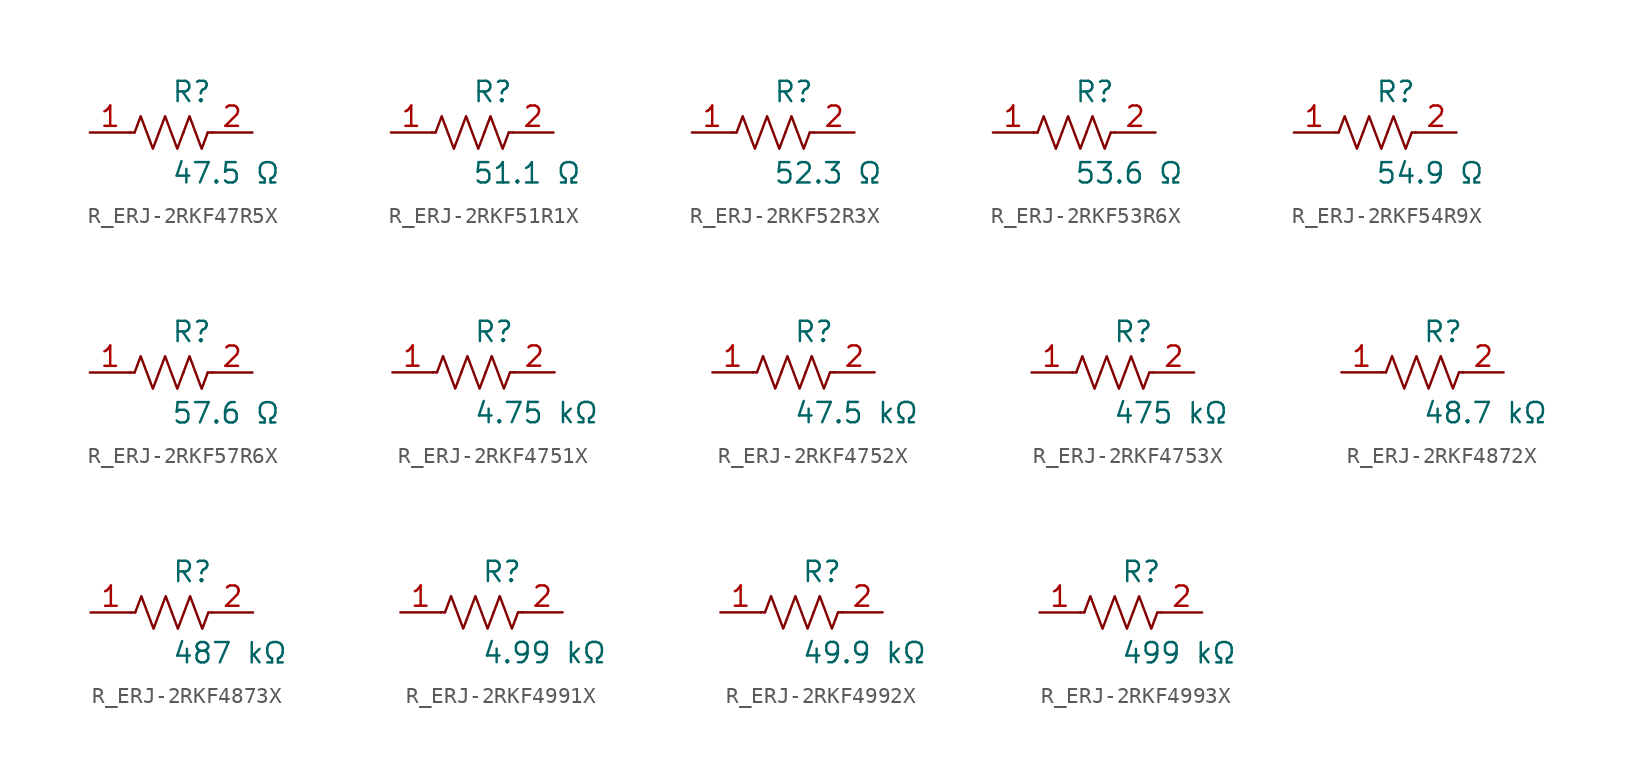
<source format=kicad_sym>
(kicad_symbol_lib
  (version 20231120)
  (generator kicad_symbol_editor)
  (generator_version 8.0)
  (symbol "R_ERJ-2RKF47R5X"
    (pin_names
      (offset 0.254))
    (property "Reference" "R"
      (at 0.0 2.54 0)
      (effects (font (size 1.27 1.27)) (justify left)))
    (property "Value" "47.5 Ω"
      (at 0.0 -2.54 0)
      (effects (font (size 1.27 1.27)) (justify left)))
    (symbol "R_ERJ-2RKF47R5X_0_1"
      (polyline (pts (xy 2.286 0) (xy 2.54 0)) (stroke (width 0) (type default)) (fill (type none)))
      (polyline (pts (xy -2.286 0) (xy -2.54 0)) (stroke (width 0) (type default)) (fill (type none)))
      (polyline (pts (xy 0.762 0) (xy 1.143 1.016) (xy 1.524 0) (xy 1.905 -1.016) (xy 2.286 0)) (stroke (width 0) (type default)) (fill (type none)))
      (polyline (pts (xy -0.762 0) (xy -0.381 1.016) (xy 0 0) (xy 0.381 -1.016) (xy 0.762 0)) (stroke (width 0) (type default)) (fill (type none)))
      (polyline (pts (xy -2.286 0) (xy -1.905 1.016) (xy -1.524 0) (xy -1.143 -1.016) (xy -0.762 0)) (stroke (width 0) (type default)) (fill (type none))))
    (pin unspecified line
      (at -5.08 0 0)
      (length 2.54)
      (name "" (effects (font (size 1.27 1.27))))
      (number "1" (effects (font (size 1.27 1.27)))))
    (pin unspecified line
      (at 5.08 0 180)
      (length 2.54)
      (name "" (effects (font (size 1.27 1.27))))
      (number "2" (effects (font (size 1.27 1.27))))))
  (symbol "R_ERJ-2RKF51R1X"
    (pin_names
      (offset 0.254))
    (property "Reference" "R"
      (at 0.0 2.54 0)
      (effects (font (size 1.27 1.27)) (justify left)))
    (property "Value" "51.1 Ω"
      (at 0.0 -2.54 0)
      (effects (font (size 1.27 1.27)) (justify left)))
    (symbol "R_ERJ-2RKF51R1X_0_1"
      (polyline (pts (xy 2.286 0) (xy 2.54 0)) (stroke (width 0) (type default)) (fill (type none)))
      (polyline (pts (xy -2.286 0) (xy -2.54 0)) (stroke (width 0) (type default)) (fill (type none)))
      (polyline (pts (xy 0.762 0) (xy 1.143 1.016) (xy 1.524 0) (xy 1.905 -1.016) (xy 2.286 0)) (stroke (width 0) (type default)) (fill (type none)))
      (polyline (pts (xy -0.762 0) (xy -0.381 1.016) (xy 0 0) (xy 0.381 -1.016) (xy 0.762 0)) (stroke (width 0) (type default)) (fill (type none)))
      (polyline (pts (xy -2.286 0) (xy -1.905 1.016) (xy -1.524 0) (xy -1.143 -1.016) (xy -0.762 0)) (stroke (width 0) (type default)) (fill (type none))))
    (pin unspecified line
      (at -5.08 0 0)
      (length 2.54)
      (name "" (effects (font (size 1.27 1.27))))
      (number "1" (effects (font (size 1.27 1.27)))))
    (pin unspecified line
      (at 5.08 0 180)
      (length 2.54)
      (name "" (effects (font (size 1.27 1.27))))
      (number "2" (effects (font (size 1.27 1.27))))))
  (symbol "R_ERJ-2RKF52R3X"
    (pin_names
      (offset 0.254))
    (property "Reference" "R"
      (at 0.0 2.54 0)
      (effects (font (size 1.27 1.27)) (justify left)))
    (property "Value" "52.3 Ω"
      (at 0.0 -2.54 0)
      (effects (font (size 1.27 1.27)) (justify left)))
    (symbol "R_ERJ-2RKF52R3X_0_1"
      (polyline (pts (xy 2.286 0) (xy 2.54 0)) (stroke (width 0) (type default)) (fill (type none)))
      (polyline (pts (xy -2.286 0) (xy -2.54 0)) (stroke (width 0) (type default)) (fill (type none)))
      (polyline (pts (xy 0.762 0) (xy 1.143 1.016) (xy 1.524 0) (xy 1.905 -1.016) (xy 2.286 0)) (stroke (width 0) (type default)) (fill (type none)))
      (polyline (pts (xy -0.762 0) (xy -0.381 1.016) (xy 0 0) (xy 0.381 -1.016) (xy 0.762 0)) (stroke (width 0) (type default)) (fill (type none)))
      (polyline (pts (xy -2.286 0) (xy -1.905 1.016) (xy -1.524 0) (xy -1.143 -1.016) (xy -0.762 0)) (stroke (width 0) (type default)) (fill (type none))))
    (pin unspecified line
      (at -5.08 0 0)
      (length 2.54)
      (name "" (effects (font (size 1.27 1.27))))
      (number "1" (effects (font (size 1.27 1.27)))))
    (pin unspecified line
      (at 5.08 0 180)
      (length 2.54)
      (name "" (effects (font (size 1.27 1.27))))
      (number "2" (effects (font (size 1.27 1.27))))))
  (symbol "R_ERJ-2RKF53R6X"
    (pin_names
      (offset 0.254))
    (property "Reference" "R"
      (at 0.0 2.54 0)
      (effects (font (size 1.27 1.27)) (justify left)))
    (property "Value" "53.6 Ω"
      (at 0.0 -2.54 0)
      (effects (font (size 1.27 1.27)) (justify left)))
    (symbol "R_ERJ-2RKF53R6X_0_1"
      (polyline (pts (xy 2.286 0) (xy 2.54 0)) (stroke (width 0) (type default)) (fill (type none)))
      (polyline (pts (xy -2.286 0) (xy -2.54 0)) (stroke (width 0) (type default)) (fill (type none)))
      (polyline (pts (xy 0.762 0) (xy 1.143 1.016) (xy 1.524 0) (xy 1.905 -1.016) (xy 2.286 0)) (stroke (width 0) (type default)) (fill (type none)))
      (polyline (pts (xy -0.762 0) (xy -0.381 1.016) (xy 0 0) (xy 0.381 -1.016) (xy 0.762 0)) (stroke (width 0) (type default)) (fill (type none)))
      (polyline (pts (xy -2.286 0) (xy -1.905 1.016) (xy -1.524 0) (xy -1.143 -1.016) (xy -0.762 0)) (stroke (width 0) (type default)) (fill (type none))))
    (pin unspecified line
      (at -5.08 0 0)
      (length 2.54)
      (name "" (effects (font (size 1.27 1.27))))
      (number "1" (effects (font (size 1.27 1.27)))))
    (pin unspecified line
      (at 5.08 0 180)
      (length 2.54)
      (name "" (effects (font (size 1.27 1.27))))
      (number "2" (effects (font (size 1.27 1.27))))))
  (symbol "R_ERJ-2RKF54R9X"
    (pin_names
      (offset 0.254))
    (property "Reference" "R"
      (at 0.0 2.54 0)
      (effects (font (size 1.27 1.27)) (justify left)))
    (property "Value" "54.9 Ω"
      (at 0.0 -2.54 0)
      (effects (font (size 1.27 1.27)) (justify left)))
    (symbol "R_ERJ-2RKF54R9X_0_1"
      (polyline (pts (xy 2.286 0) (xy 2.54 0)) (stroke (width 0) (type default)) (fill (type none)))
      (polyline (pts (xy -2.286 0) (xy -2.54 0)) (stroke (width 0) (type default)) (fill (type none)))
      (polyline (pts (xy 0.762 0) (xy 1.143 1.016) (xy 1.524 0) (xy 1.905 -1.016) (xy 2.286 0)) (stroke (width 0) (type default)) (fill (type none)))
      (polyline (pts (xy -0.762 0) (xy -0.381 1.016) (xy 0 0) (xy 0.381 -1.016) (xy 0.762 0)) (stroke (width 0) (type default)) (fill (type none)))
      (polyline (pts (xy -2.286 0) (xy -1.905 1.016) (xy -1.524 0) (xy -1.143 -1.016) (xy -0.762 0)) (stroke (width 0) (type default)) (fill (type none))))
    (pin unspecified line
      (at -5.08 0 0)
      (length 2.54)
      (name "" (effects (font (size 1.27 1.27))))
      (number "1" (effects (font (size 1.27 1.27)))))
    (pin unspecified line
      (at 5.08 0 180)
      (length 2.54)
      (name "" (effects (font (size 1.27 1.27))))
      (number "2" (effects (font (size 1.27 1.27))))))
  (symbol "R_ERJ-2RKF57R6X"
    (pin_names
      (offset 0.254))
    (property "Reference" "R"
      (at 0.0 2.54 0)
      (effects (font (size 1.27 1.27)) (justify left)))
    (property "Value" "57.6 Ω"
      (at 0.0 -2.54 0)
      (effects (font (size 1.27 1.27)) (justify left)))
    (symbol "R_ERJ-2RKF57R6X_0_1"
      (polyline (pts (xy 2.286 0) (xy 2.54 0)) (stroke (width 0) (type default)) (fill (type none)))
      (polyline (pts (xy -2.286 0) (xy -2.54 0)) (stroke (width 0) (type default)) (fill (type none)))
      (polyline (pts (xy 0.762 0) (xy 1.143 1.016) (xy 1.524 0) (xy 1.905 -1.016) (xy 2.286 0)) (stroke (width 0) (type default)) (fill (type none)))
      (polyline (pts (xy -0.762 0) (xy -0.381 1.016) (xy 0 0) (xy 0.381 -1.016) (xy 0.762 0)) (stroke (width 0) (type default)) (fill (type none)))
      (polyline (pts (xy -2.286 0) (xy -1.905 1.016) (xy -1.524 0) (xy -1.143 -1.016) (xy -0.762 0)) (stroke (width 0) (type default)) (fill (type none))))
    (pin unspecified line
      (at -5.08 0 0)
      (length 2.54)
      (name "" (effects (font (size 1.27 1.27))))
      (number "1" (effects (font (size 1.27 1.27)))))
    (pin unspecified line
      (at 5.08 0 180)
      (length 2.54)
      (name "" (effects (font (size 1.27 1.27))))
      (number "2" (effects (font (size 1.27 1.27))))))
  (symbol "R_ERJ-2RKF4751X"
    (pin_names
      (offset 0.254))
    (property "Reference" "R"
      (at 0.0 2.54 0)
      (effects (font (size 1.27 1.27)) (justify left)))
    (property "Value" "4.75 kΩ"
      (at 0.0 -2.54 0)
      (effects (font (size 1.27 1.27)) (justify left)))
    (symbol "R_ERJ-2RKF4751X_0_1"
      (polyline (pts (xy 2.286 0) (xy 2.54 0)) (stroke (width 0) (type default)) (fill (type none)))
      (polyline (pts (xy -2.286 0) (xy -2.54 0)) (stroke (width 0) (type default)) (fill (type none)))
      (polyline (pts (xy 0.762 0) (xy 1.143 1.016) (xy 1.524 0) (xy 1.905 -1.016) (xy 2.286 0)) (stroke (width 0) (type default)) (fill (type none)))
      (polyline (pts (xy -0.762 0) (xy -0.381 1.016) (xy 0 0) (xy 0.381 -1.016) (xy 0.762 0)) (stroke (width 0) (type default)) (fill (type none)))
      (polyline (pts (xy -2.286 0) (xy -1.905 1.016) (xy -1.524 0) (xy -1.143 -1.016) (xy -0.762 0)) (stroke (width 0) (type default)) (fill (type none))))
    (pin unspecified line
      (at -5.08 0 0)
      (length 2.54)
      (name "" (effects (font (size 1.27 1.27))))
      (number "1" (effects (font (size 1.27 1.27)))))
    (pin unspecified line
      (at 5.08 0 180)
      (length 2.54)
      (name "" (effects (font (size 1.27 1.27))))
      (number "2" (effects (font (size 1.27 1.27))))))
  (symbol "R_ERJ-2RKF4752X"
    (pin_names
      (offset 0.254))
    (property "Reference" "R"
      (at 0.0 2.54 0)
      (effects (font (size 1.27 1.27)) (justify left)))
    (property "Value" "47.5 kΩ"
      (at 0.0 -2.54 0)
      (effects (font (size 1.27 1.27)) (justify left)))
    (symbol "R_ERJ-2RKF4752X_0_1"
      (polyline (pts (xy 2.286 0) (xy 2.54 0)) (stroke (width 0) (type default)) (fill (type none)))
      (polyline (pts (xy -2.286 0) (xy -2.54 0)) (stroke (width 0) (type default)) (fill (type none)))
      (polyline (pts (xy 0.762 0) (xy 1.143 1.016) (xy 1.524 0) (xy 1.905 -1.016) (xy 2.286 0)) (stroke (width 0) (type default)) (fill (type none)))
      (polyline (pts (xy -0.762 0) (xy -0.381 1.016) (xy 0 0) (xy 0.381 -1.016) (xy 0.762 0)) (stroke (width 0) (type default)) (fill (type none)))
      (polyline (pts (xy -2.286 0) (xy -1.905 1.016) (xy -1.524 0) (xy -1.143 -1.016) (xy -0.762 0)) (stroke (width 0) (type default)) (fill (type none))))
    (pin unspecified line
      (at -5.08 0 0)
      (length 2.54)
      (name "" (effects (font (size 1.27 1.27))))
      (number "1" (effects (font (size 1.27 1.27)))))
    (pin unspecified line
      (at 5.08 0 180)
      (length 2.54)
      (name "" (effects (font (size 1.27 1.27))))
      (number "2" (effects (font (size 1.27 1.27))))))
  (symbol "R_ERJ-2RKF4753X"
    (pin_names
      (offset 0.254))
    (property "Reference" "R"
      (at 0.0 2.54 0)
      (effects (font (size 1.27 1.27)) (justify left)))
    (property "Value" "475 kΩ"
      (at 0.0 -2.54 0)
      (effects (font (size 1.27 1.27)) (justify left)))
    (symbol "R_ERJ-2RKF4753X_0_1"
      (polyline (pts (xy 2.286 0) (xy 2.54 0)) (stroke (width 0) (type default)) (fill (type none)))
      (polyline (pts (xy -2.286 0) (xy -2.54 0)) (stroke (width 0) (type default)) (fill (type none)))
      (polyline (pts (xy 0.762 0) (xy 1.143 1.016) (xy 1.524 0) (xy 1.905 -1.016) (xy 2.286 0)) (stroke (width 0) (type default)) (fill (type none)))
      (polyline (pts (xy -0.762 0) (xy -0.381 1.016) (xy 0 0) (xy 0.381 -1.016) (xy 0.762 0)) (stroke (width 0) (type default)) (fill (type none)))
      (polyline (pts (xy -2.286 0) (xy -1.905 1.016) (xy -1.524 0) (xy -1.143 -1.016) (xy -0.762 0)) (stroke (width 0) (type default)) (fill (type none))))
    (pin unspecified line
      (at -5.08 0 0)
      (length 2.54)
      (name "" (effects (font (size 1.27 1.27))))
      (number "1" (effects (font (size 1.27 1.27)))))
    (pin unspecified line
      (at 5.08 0 180)
      (length 2.54)
      (name "" (effects (font (size 1.27 1.27))))
      (number "2" (effects (font (size 1.27 1.27))))))
  (symbol "R_ERJ-2RKF4872X"
    (pin_names
      (offset 0.254))
    (property "Reference" "R"
      (at 0.0 2.54 0)
      (effects (font (size 1.27 1.27)) (justify left)))
    (property "Value" "48.7 kΩ"
      (at 0.0 -2.54 0)
      (effects (font (size 1.27 1.27)) (justify left)))
    (symbol "R_ERJ-2RKF4872X_0_1"
      (polyline (pts (xy 2.286 0) (xy 2.54 0)) (stroke (width 0) (type default)) (fill (type none)))
      (polyline (pts (xy -2.286 0) (xy -2.54 0)) (stroke (width 0) (type default)) (fill (type none)))
      (polyline (pts (xy 0.762 0) (xy 1.143 1.016) (xy 1.524 0) (xy 1.905 -1.016) (xy 2.286 0)) (stroke (width 0) (type default)) (fill (type none)))
      (polyline (pts (xy -0.762 0) (xy -0.381 1.016) (xy 0 0) (xy 0.381 -1.016) (xy 0.762 0)) (stroke (width 0) (type default)) (fill (type none)))
      (polyline (pts (xy -2.286 0) (xy -1.905 1.016) (xy -1.524 0) (xy -1.143 -1.016) (xy -0.762 0)) (stroke (width 0) (type default)) (fill (type none))))
    (pin unspecified line
      (at -5.08 0 0)
      (length 2.54)
      (name "" (effects (font (size 1.27 1.27))))
      (number "1" (effects (font (size 1.27 1.27)))))
    (pin unspecified line
      (at 5.08 0 180)
      (length 2.54)
      (name "" (effects (font (size 1.27 1.27))))
      (number "2" (effects (font (size 1.27 1.27))))))
  (symbol "R_ERJ-2RKF4873X"
    (pin_names
      (offset 0.254))
    (property "Reference" "R"
      (at 0.0 2.54 0)
      (effects (font (size 1.27 1.27)) (justify left)))
    (property "Value" "487 kΩ"
      (at 0.0 -2.54 0)
      (effects (font (size 1.27 1.27)) (justify left)))
    (symbol "R_ERJ-2RKF4873X_0_1"
      (polyline (pts (xy 2.286 0) (xy 2.54 0)) (stroke (width 0) (type default)) (fill (type none)))
      (polyline (pts (xy -2.286 0) (xy -2.54 0)) (stroke (width 0) (type default)) (fill (type none)))
      (polyline (pts (xy 0.762 0) (xy 1.143 1.016) (xy 1.524 0) (xy 1.905 -1.016) (xy 2.286 0)) (stroke (width 0) (type default)) (fill (type none)))
      (polyline (pts (xy -0.762 0) (xy -0.381 1.016) (xy 0 0) (xy 0.381 -1.016) (xy 0.762 0)) (stroke (width 0) (type default)) (fill (type none)))
      (polyline (pts (xy -2.286 0) (xy -1.905 1.016) (xy -1.524 0) (xy -1.143 -1.016) (xy -0.762 0)) (stroke (width 0) (type default)) (fill (type none))))
    (pin unspecified line
      (at -5.08 0 0)
      (length 2.54)
      (name "" (effects (font (size 1.27 1.27))))
      (number "1" (effects (font (size 1.27 1.27)))))
    (pin unspecified line
      (at 5.08 0 180)
      (length 2.54)
      (name "" (effects (font (size 1.27 1.27))))
      (number "2" (effects (font (size 1.27 1.27))))))
  (symbol "R_ERJ-2RKF4991X"
    (pin_names
      (offset 0.254))
    (property "Reference" "R"
      (at 0.0 2.54 0)
      (effects (font (size 1.27 1.27)) (justify left)))
    (property "Value" "4.99 kΩ"
      (at 0.0 -2.54 0)
      (effects (font (size 1.27 1.27)) (justify left)))
    (symbol "R_ERJ-2RKF4991X_0_1"
      (polyline (pts (xy 2.286 0) (xy 2.54 0)) (stroke (width 0) (type default)) (fill (type none)))
      (polyline (pts (xy -2.286 0) (xy -2.54 0)) (stroke (width 0) (type default)) (fill (type none)))
      (polyline (pts (xy 0.762 0) (xy 1.143 1.016) (xy 1.524 0) (xy 1.905 -1.016) (xy 2.286 0)) (stroke (width 0) (type default)) (fill (type none)))
      (polyline (pts (xy -0.762 0) (xy -0.381 1.016) (xy 0 0) (xy 0.381 -1.016) (xy 0.762 0)) (stroke (width 0) (type default)) (fill (type none)))
      (polyline (pts (xy -2.286 0) (xy -1.905 1.016) (xy -1.524 0) (xy -1.143 -1.016) (xy -0.762 0)) (stroke (width 0) (type default)) (fill (type none))))
    (pin unspecified line
      (at -5.08 0 0)
      (length 2.54)
      (name "" (effects (font (size 1.27 1.27))))
      (number "1" (effects (font (size 1.27 1.27)))))
    (pin unspecified line
      (at 5.08 0 180)
      (length 2.54)
      (name "" (effects (font (size 1.27 1.27))))
      (number "2" (effects (font (size 1.27 1.27))))))
  (symbol "R_ERJ-2RKF4992X"
    (pin_names
      (offset 0.254))
    (property "Reference" "R"
      (at 0.0 2.54 0)
      (effects (font (size 1.27 1.27)) (justify left)))
    (property "Value" "49.9 kΩ"
      (at 0.0 -2.54 0)
      (effects (font (size 1.27 1.27)) (justify left)))
    (symbol "R_ERJ-2RKF4992X_0_1"
      (polyline (pts (xy 2.286 0) (xy 2.54 0)) (stroke (width 0) (type default)) (fill (type none)))
      (polyline (pts (xy -2.286 0) (xy -2.54 0)) (stroke (width 0) (type default)) (fill (type none)))
      (polyline (pts (xy 0.762 0) (xy 1.143 1.016) (xy 1.524 0) (xy 1.905 -1.016) (xy 2.286 0)) (stroke (width 0) (type default)) (fill (type none)))
      (polyline (pts (xy -0.762 0) (xy -0.381 1.016) (xy 0 0) (xy 0.381 -1.016) (xy 0.762 0)) (stroke (width 0) (type default)) (fill (type none)))
      (polyline (pts (xy -2.286 0) (xy -1.905 1.016) (xy -1.524 0) (xy -1.143 -1.016) (xy -0.762 0)) (stroke (width 0) (type default)) (fill (type none))))
    (pin unspecified line
      (at -5.08 0 0)
      (length 2.54)
      (name "" (effects (font (size 1.27 1.27))))
      (number "1" (effects (font (size 1.27 1.27)))))
    (pin unspecified line
      (at 5.08 0 180)
      (length 2.54)
      (name "" (effects (font (size 1.27 1.27))))
      (number "2" (effects (font (size 1.27 1.27))))))
  (symbol "R_ERJ-2RKF4993X"
    (pin_names
      (offset 0.254))
    (property "Reference" "R"
      (at 0.0 2.54 0)
      (effects (font (size 1.27 1.27)) (justify left)))
    (property "Value" "499 kΩ"
      (at 0.0 -2.54 0)
      (effects (font (size 1.27 1.27)) (justify left)))
    (symbol "R_ERJ-2RKF4993X_0_1"
      (polyline (pts (xy 2.286 0) (xy 2.54 0)) (stroke (width 0) (type default)) (fill (type none)))
      (polyline (pts (xy -2.286 0) (xy -2.54 0)) (stroke (width 0) (type default)) (fill (type none)))
      (polyline (pts (xy 0.762 0) (xy 1.143 1.016) (xy 1.524 0) (xy 1.905 -1.016) (xy 2.286 0)) (stroke (width 0) (type default)) (fill (type none)))
      (polyline (pts (xy -0.762 0) (xy -0.381 1.016) (xy 0 0) (xy 0.381 -1.016) (xy 0.762 0)) (stroke (width 0) (type default)) (fill (type none)))
      (polyline (pts (xy -2.286 0) (xy -1.905 1.016) (xy -1.524 0) (xy -1.143 -1.016) (xy -0.762 0)) (stroke (width 0) (type default)) (fill (type none))))
    (pin unspecified line
      (at -5.08 0 0)
      (length 2.54)
      (name "" (effects (font (size 1.27 1.27))))
      (number "1" (effects (font (size 1.27 1.27)))))
    (pin unspecified line
      (at 5.08 0 180)
      (length 2.54)
      (name "" (effects (font (size 1.27 1.27))))
      (number "2" (effects (font (size 1.27 1.27)))))))
</source>
